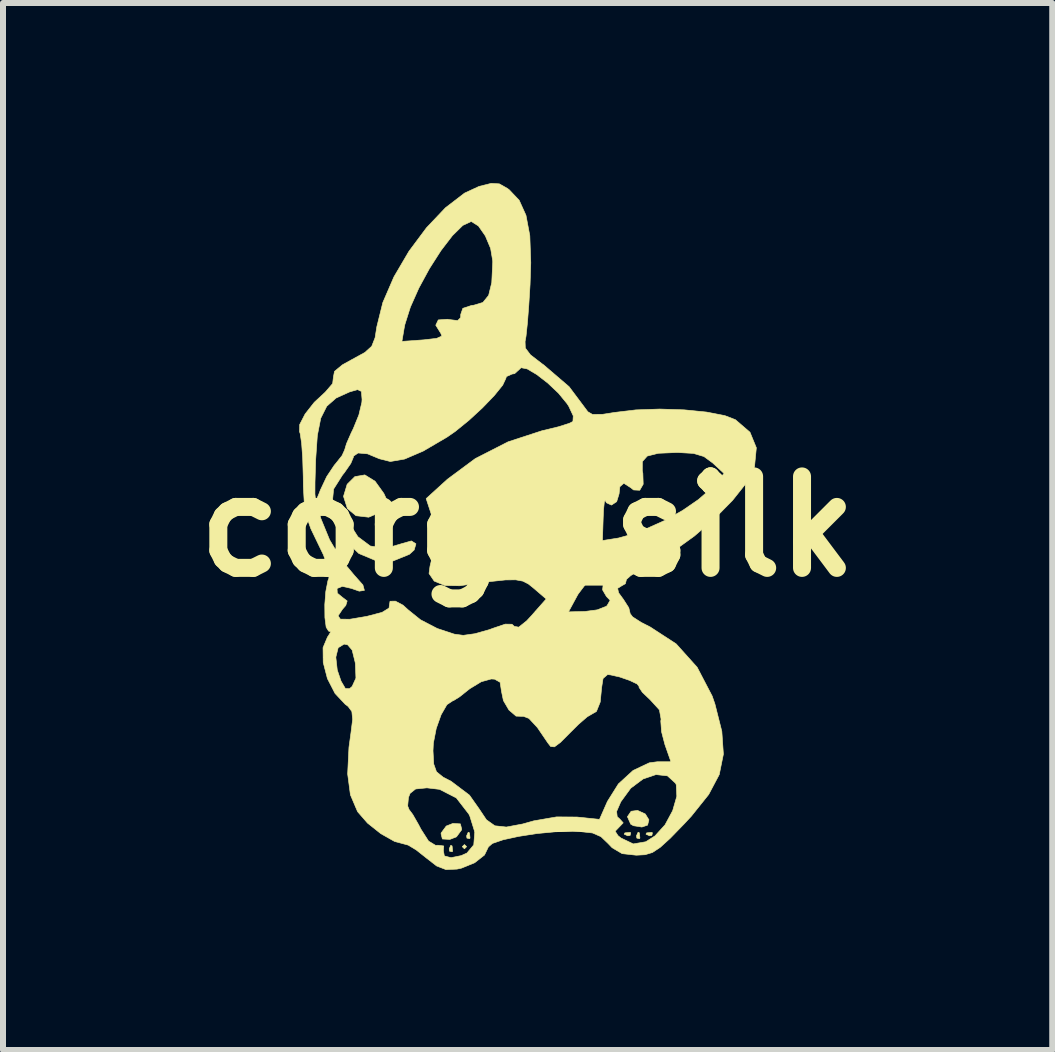
<source format=kicad_pcb>
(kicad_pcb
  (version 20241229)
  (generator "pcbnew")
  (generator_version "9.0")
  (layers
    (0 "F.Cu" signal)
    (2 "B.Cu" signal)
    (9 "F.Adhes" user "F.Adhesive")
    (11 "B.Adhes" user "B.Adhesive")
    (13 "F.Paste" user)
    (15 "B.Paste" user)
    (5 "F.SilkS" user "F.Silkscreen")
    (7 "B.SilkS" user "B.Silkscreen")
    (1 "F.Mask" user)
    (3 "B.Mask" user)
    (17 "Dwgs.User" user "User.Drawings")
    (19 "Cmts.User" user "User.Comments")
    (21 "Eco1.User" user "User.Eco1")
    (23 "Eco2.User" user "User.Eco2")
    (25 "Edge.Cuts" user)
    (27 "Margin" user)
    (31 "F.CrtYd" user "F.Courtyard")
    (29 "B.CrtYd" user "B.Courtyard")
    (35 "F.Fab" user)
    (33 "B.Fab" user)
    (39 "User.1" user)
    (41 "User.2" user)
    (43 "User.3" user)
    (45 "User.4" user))
  (footprint "corgi_silk"
    (layer "F.Cu")
    (at 5.74 5.722)
    (property "Reference" "corgi_silk" (at 0 0 0) (layer "F.SilkS") (effects (font (size 1.524 1.524) (thickness 0.3))))
    (attr through_hole)
    (fp_poly (pts (xy -1.016 5.334) (xy -1.052 5.37) (xy -1.089 5.334) (xy -1.052 5.298) (xy -1.016 5.334)) (stroke (width 0.01) (type solid)) (fill yes) (layer "F.SilkS"))
    (fp_poly (pts (xy -1.258 5.322) (xy -1.249 5.408) (xy -1.258 5.419) (xy -1.301 5.409) (xy -1.306 5.37) (xy -1.28 5.311) (xy -1.258 5.322)) (stroke (width 0.01) (type solid)) (fill yes) (layer "F.SilkS"))
    (fp_poly (pts (xy -0.968 5.104) (xy -0.959 5.19) (xy -0.968 5.201) (xy -1.011 5.191) (xy -1.016 5.153) (xy -0.989 5.093) (xy -0.968 5.104)) (stroke (width 0.01) (type solid)) (fill yes) (layer "F.SilkS"))
    (fp_poly (pts (xy 1.718 5.104) (xy 1.708 5.147) (xy 1.669 5.153) (xy 1.609 5.126) (xy 1.621 5.104) (xy 1.707 5.096) (xy 1.718 5.104)) (stroke (width 0.01) (type solid)) (fill yes) (layer "F.SilkS"))
    (fp_poly (pts (xy 1.863 5.104) (xy 1.871 5.19) (xy 1.863 5.201) (xy 1.82 5.191) (xy 1.814 5.153) (xy 1.841 5.093) (xy 1.863 5.104)) (stroke (width 0.01) (type solid)) (fill yes) (layer "F.SilkS"))
    (fp_poly (pts (xy 2.08 5.104) (xy 2.07 5.147) (xy 2.032 5.153) (xy 1.972 5.126) (xy 1.984 5.104) (xy 2.07 5.096) (xy 2.08 5.104)) (stroke (width 0.01) (type solid)) (fill yes) (layer "F.SilkS"))
    (fp_poly (pts (xy 1.961 4.789) (xy 2.021 4.887) (xy 1.999 4.975) (xy 1.904 5.007) (xy 1.764 4.985) (xy 1.718 4.959) (xy 1.663 4.835) (xy 1.725 4.744) (xy 1.832 4.73) (xy 1.961 4.789)) (stroke (width 0.01) (type solid)) (fill yes) (layer "F.SilkS"))
    (fp_poly (pts (xy -1.12 4.954) (xy -1.098 5.041) (xy -1.101 5.056) (xy -1.185 5.17) (xy -1.295 5.213) (xy -1.42 5.206) (xy -1.442 5.119) (xy -1.439 5.104) (xy -1.355 4.99) (xy -1.245 4.947) (xy -1.12 4.954)) (stroke (width 0.01) (type solid)) (fill yes) (layer "F.SilkS"))
    (fp_poly (pts (xy -2.541 -0.754) (xy -2.395 -0.551) (xy -2.328 -0.406) (xy -2.347 -0.319) (xy -2.427 -0.25) (xy -2.647 -0.155) (xy -2.859 -0.18) (xy -3.002 -0.299) (xy -3.067 -0.502) (xy -3.006 -0.704) (xy -2.878 -0.831) (xy -2.712 -0.86) (xy -2.541 -0.754)) (stroke (width 0.01) (type solid)) (fill yes) (layer "F.SilkS"))
    (fp_poly (pts (xy -0.471 -5.709) (xy -0.338 -5.634) (xy -0.307 -5.611) (xy -0.14 -5.435) (xy -0.027 -5.185) (xy 0.037 -4.845) (xy 0.053 -4.395) (xy 0.041 -4.028) (xy 0.02 -3.688) (xy -0.003 -3.39) (xy -0.026 -3.172) (xy -0.042 -3.081) (xy -0.038 -2.974) (xy 0.048 -2.86) (xy 0.24 -2.712) (xy 0.267 -2.693) (xy 0.691 -2.33) (xy 1.004 -1.912) (xy 1.08 -1.868) (xy 1.248 -1.869) (xy 1.452 -1.901) (xy 1.803 -1.943) (xy 2.201 -1.957) (xy 2.607 -1.944) (xy 2.981 -1.907) (xy 3.285 -1.848) (xy 3.462 -1.78) (xy 3.705 -1.571) (xy 3.811 -1.312) (xy 3.781 -1.001) (xy 3.77 -0.966) (xy 3.642 -0.722) (xy 3.415 -0.436) (xy 3.117 -0.133) (xy 2.777 0.16) (xy 2.422 0.416) (xy 2.124 0.588) (xy 1.887 0.713) (xy 1.718 0.818) (xy 1.644 0.884) (xy 1.644 0.894) (xy 1.629 0.953) (xy 1.571 0.986) (xy 1.5 1.03) (xy 1.516 1.104) (xy 1.596 1.213) (xy 1.686 1.354) (xy 1.708 1.446) (xy 1.707 1.449) (xy 1.749 1.505) (xy 1.89 1.596) (xy 2.043 1.674) (xy 2.475 1.955) (xy 2.825 2.345) (xy 3.075 2.824) (xy 3.121 2.957) (xy 3.236 3.413) (xy 3.262 3.793) (xy 3.193 4.133) (xy 3.017 4.465) (xy 2.728 4.826) (xy 2.613 4.95) (xy 2.378 5.192) (xy 2.21 5.345) (xy 2.08 5.431) (xy 1.957 5.468) (xy 1.812 5.476) (xy 1.81 5.476) (xy 1.575 5.45) (xy 1.409 5.352) (xy 1.341 5.281) (xy 1.222 5.167) (xy 1.082 5.106) (xy 0.87 5.082) (xy 0.75 5.078) (xy 0.461 5.086) (xy 0.149 5.116) (xy -0.151 5.163) (xy -0.408 5.219) (xy -0.586 5.28) (xy -0.653 5.338) (xy -0.653 5.338) (xy -0.718 5.473) (xy -0.882 5.602) (xy -1.103 5.692) (xy -1.177 5.708) (xy -1.36 5.716) (xy -1.515 5.656) (xy -1.686 5.523) (xy -1.855 5.389) (xy -1.989 5.308) (xy -2.026 5.298) (xy -2.216 5.247) (xy -2.446 5.117) (xy -2.667 4.941) (xy -2.829 4.755) (xy -2.834 4.747) (xy -2.873 4.656) (xy -1.998 4.656) (xy -1.975 4.715) (xy -1.913 4.798) (xy -1.818 4.964) (xy -1.776 5.044) (xy -1.65 5.241) (xy -1.533 5.312) (xy -1.494 5.31) (xy -1.397 5.322) (xy -1.403 5.401) (xy -1.387 5.489) (xy -1.275 5.517) (xy -1.106 5.483) (xy -1.011 5.44) (xy -0.897 5.304) (xy -0.88 5.089) (xy -0.884 5.077) (xy 1.459 5.077) (xy 1.507 5.151) (xy 1.556 5.19) (xy 1.761 5.288) (xy 1.969 5.252) (xy 2.123 5.154) (xy 2.29 4.97) (xy 2.417 4.734) (xy 2.486 4.495) (xy 2.477 4.304) (xy 2.466 4.278) (xy 2.33 4.154) (xy 2.139 4.133) (xy 1.924 4.206) (xy 1.718 4.36) (xy 1.553 4.586) (xy 1.483 4.747) (xy 1.493 4.835) (xy 1.535 4.872) (xy 1.593 4.937) (xy 1.524 5.009) (xy 1.459 5.077) (xy -0.884 5.077) (xy -0.962 4.826) (xy -0.979 4.791) (xy -1.187 4.522) (xy -1.467 4.379) (xy -1.677 4.354) (xy -1.866 4.373) (xy -1.958 4.446) (xy -1.985 4.515) (xy -1.998 4.656) (xy -2.873 4.656) (xy -2.952 4.47) (xy -2.998 4.122) (xy -2.979 3.737) (xy -1.576 3.737) (xy -1.564 3.957) (xy -1.518 4.086) (xy -1.407 4.176) (xy -1.274 4.245) (xy -0.969 4.475) (xy -0.811 4.699) (xy -0.686 4.886) (xy -0.545 4.986) (xy -0.355 5.007) (xy -0.082 4.956) (xy 0.102 4.904) (xy 0.482 4.838) (xy 0.822 4.84) (xy 1.198 4.879) (xy 1.33 4.58) (xy 1.513 4.288) (xy 1.758 4.064) (xy 2.027 3.937) (xy 2.163 3.919) (xy 2.388 3.919) (xy 2.288 3.634) (xy 2.232 3.42) (xy 2.219 3.241) (xy 2.224 3.21) (xy 2.196 3.055) (xy 2.042 2.886) (xy 1.912 2.762) (xy 1.856 2.678) (xy 1.858 2.665) (xy 1.824 2.623) (xy 1.7 2.564) (xy 1.535 2.507) (xy 1.381 2.472) (xy 1.332 2.467) (xy 1.257 2.532) (xy 1.234 2.679) (xy 1.21 2.924) (xy 1.147 3.081) (xy 1.078 3.121) (xy 0.995 3.169) (xy 0.849 3.295) (xy 0.714 3.429) (xy 0.547 3.597) (xy 0.447 3.671) (xy 0.384 3.665) (xy 0.336 3.603) (xy 0.164 3.35) (xy 0.022 3.197) (xy -0.076 3.16) (xy -0.083 3.163) (xy -0.192 3.159) (xy -0.311 3.057) (xy -0.403 2.9) (xy -0.435 2.746) (xy -0.458 2.595) (xy -0.55 2.543) (xy -0.606 2.54) (xy -0.772 2.586) (xy -0.96 2.7) (xy -0.987 2.721) (xy -1.134 2.838) (xy -1.234 2.9) (xy -1.246 2.903) (xy -1.344 2.968) (xy -1.441 3.136) (xy -1.522 3.364) (xy -1.57 3.61) (xy -1.576 3.737) (xy -2.979 3.737) (xy -2.976 3.678) (xy -2.943 3.439) (xy -2.915 3.214) (xy -2.928 3.082) (xy -2.991 2.997) (xy -3.037 2.963) (xy -3.208 2.781) (xy -3.335 2.534) (xy -3.405 2.265) (xy -3.406 2.177) (xy -3.195 2.177) (xy -3.171 2.392) (xy -3.108 2.576) (xy -3.036 2.699) (xy -2.967 2.702) (xy -2.923 2.664) (xy -2.86 2.526) (xy -2.869 2.29) (xy -2.873 2.262) (xy -2.923 2.059) (xy -2.998 1.971) (xy -3.057 1.959) (xy -3.156 2.02) (xy -3.195 2.177) (xy -3.406 2.177) (xy -3.408 2.018) (xy -3.332 1.837) (xy -3.324 1.829) (xy -3.279 1.754) (xy -3.316 1.742) (xy -3.356 1.677) (xy -3.377 1.516) (xy -3.379 1.302) (xy -3.362 1.083) (xy -3.327 0.904) (xy -3.31 0.86) (xy -3.314 0.717) (xy -3.401 0.473) (xy -3.494 0.28) (xy -3.611 0.037) (xy -3.683 -0.166) (xy -3.691 -0.213) (xy -3.467 -0.213) (xy -3.444 -0.132) (xy -3.299 0.221) (xy -3.098 0.56) (xy -2.883 0.817) (xy -2.744 0.973) (xy -2.719 1.064) (xy -2.805 1.077) (xy -2.936 1.031) (xy -3.087 0.997) (xy -3.175 1.033) (xy -3.17 1.11) (xy -3.089 1.177) (xy -3.006 1.24) (xy -3.029 1.315) (xy -3.084 1.378) (xy -3.157 1.488) (xy -3.12 1.543) (xy -2.963 1.545) (xy -2.679 1.497) (xy -2.424 1.43) (xy -2.309 1.359) (xy -2.304 1.324) (xy -2.292 1.245) (xy -2.203 1.243) (xy -2.076 1.31) (xy -1.989 1.389) (xy -1.784 1.554) (xy -1.505 1.699) (xy -1.221 1.793) (xy -1.072 1.813) (xy -0.878 1.786) (xy -0.64 1.719) (xy -0.575 1.695) (xy -0.371 1.626) (xy -0.26 1.628) (xy -0.222 1.663) (xy -0.148 1.677) (xy -0.014 1.57) (xy 0.071 1.478) (xy 0.12 1.422) (xy 0.681 1.422) (xy 0.957 1.415) (xy 1.162 1.388) (xy 1.309 1.33) (xy 1.324 1.318) (xy 1.375 1.229) (xy 1.313 1.165) (xy 1.249 1.055) (xy 1.257 0.987) (xy 1.254 0.896) (xy 1.141 0.871) (xy 0.989 0.932) (xy 0.844 1.123) (xy 0.83 1.147) (xy 0.681 1.422) (xy 0.12 1.422) (xy 0.31 1.207) (xy 0.105 1.031) (xy 0.013 0.957) (xy -0.079 0.91) (xy -0.198 0.888) (xy -0.37 0.89) (xy -0.623 0.917) (xy -0.983 0.966) (xy -1.131 0.987) (xy -1.377 0.983) (xy -1.556 0.909) (xy -1.642 0.783) (xy -1.626 0.662) (xy -1.546 0.33) (xy -1.55 0.234) (xy 1.247 0.234) (xy 1.513 0.192) (xy 1.708 0.138) (xy 1.977 0.037) (xy 2.265 -0.092) (xy 2.297 -0.107) (xy 2.583 -0.268) (xy 2.846 -0.449) (xy 3.035 -0.613) (xy 3.044 -0.624) (xy 3.273 -0.884) (xy 3.084 -1.059) (xy 2.938 -1.166) (xy 2.764 -1.218) (xy 2.506 -1.233) (xy 2.482 -1.233) (xy 2.177 -1.22) (xy 1.994 -1.174) (xy 1.912 -1.082) (xy 1.911 -0.931) (xy 1.92 -0.887) (xy 1.926 -0.705) (xy 1.868 -0.604) (xy 1.766 -0.609) (xy 1.721 -0.645) (xy 1.603 -0.721) (xy 1.537 -0.663) (xy 1.524 -0.544) (xy 1.484 -0.414) (xy 1.397 -0.357) (xy 1.313 -0.396) (xy 1.294 -0.435) (xy 1.279 -0.412) (xy 1.265 -0.276) (xy 1.259 -0.136) (xy 1.247 0.234) (xy -1.55 0.234) (xy -1.561 -0.036) (xy -1.6 -0.191) (xy -1.69 -0.465) (xy -1.335 -0.788) (xy -0.871 -1.132) (xy -0.325 -1.411) (xy 0.244 -1.597) (xy 0.286 -1.606) (xy 0.519 -1.663) (xy 0.694 -1.719) (xy 0.755 -1.75) (xy 0.761 -1.843) (xy 0.686 -2.003) (xy 0.656 -2.049) (xy 0.514 -2.222) (xy 0.335 -2.391) (xy 0.151 -2.533) (xy -0.007 -2.626) (xy -0.109 -2.646) (xy -0.128 -2.627) (xy -0.216 -2.547) (xy -0.26 -2.54) (xy -0.353 -2.498) (xy -0.363 -2.466) (xy -0.415 -2.355) (xy -0.554 -2.183) (xy -0.751 -1.978) (xy -0.978 -1.769) (xy -1.207 -1.583) (xy -1.343 -1.489) (xy -1.739 -1.257) (xy -2.049 -1.124) (xy -2.287 -1.083) (xy -2.47 -1.129) (xy -2.667 -1.211) (xy -2.824 -1.225) (xy -2.901 -1.172) (xy -2.903 -1.153) (xy -2.946 -1.05) (xy -3.054 -0.895) (xy -3.084 -0.858) (xy -3.232 -0.624) (xy -3.25 -0.435) (xy -3.136 -0.299) (xy -3.121 -0.29) (xy -3.005 -0.19) (xy -2.975 -0.116) (xy -2.933 0.004) (xy -2.832 0.163) (xy -2.825 0.172) (xy -2.62 0.325) (xy -2.359 0.363) (xy -2.092 0.284) (xy -1.936 0.24) (xy -1.86 0.288) (xy -1.89 0.391) (xy -1.969 0.463) (xy -2.242 0.574) (xy -2.536 0.565) (xy -2.812 0.449) (xy -3.032 0.238) (xy -3.113 0.091) (xy -3.224 -0.09) (xy -3.347 -0.206) (xy -3.453 -0.261) (xy -3.467 -0.213) (xy -3.691 -0.213) (xy -3.72 -0.384) (xy -3.729 -0.541) (xy -3.543 -0.541) (xy -3.534 -0.454) (xy -3.51 -0.465) (xy -3.471 -0.558) (xy -3.453 -0.606) (xy -3.347 -0.831) (xy -3.219 -1.023) (xy -3.199 -1.046) (xy -3.091 -1.182) (xy -3.048 -1.277) (xy -3.017 -1.381) (xy -2.94 -1.557) (xy -2.903 -1.633) (xy -2.811 -1.859) (xy -2.761 -2.07) (xy -2.758 -2.116) (xy -2.769 -2.251) (xy -2.833 -2.281) (xy -2.967 -2.242) (xy -3.19 -2.141) (xy -3.346 -2.004) (xy -3.446 -1.805) (xy -3.503 -1.516) (xy -3.531 -1.112) (xy -3.532 -1.071) (xy -3.542 -0.741) (xy -3.543 -0.541) (xy -3.729 -0.541) (xy -3.736 -0.67) (xy -3.738 -0.837) (xy -3.747 -1.138) (xy -3.765 -1.389) (xy -3.789 -1.549) (xy -3.8 -1.581) (xy -3.797 -1.699) (xy -3.707 -1.874) (xy -3.554 -2.069) (xy -3.371 -2.239) (xy -3.248 -2.382) (xy -3.235 -2.492) (xy -3.217 -2.585) (xy -3.085 -2.694) (xy -2.919 -2.786) (xy -2.711 -2.9) (xy -2.597 -3.003) (xy -2.565 -3.084) (xy -2.094 -3.084) (xy -1.729 -3.11) (xy -1.514 -3.135) (xy -1.429 -3.173) (xy -1.444 -3.215) (xy -1.53 -3.354) (xy -1.488 -3.442) (xy -1.334 -3.453) (xy -1.314 -3.449) (xy -1.165 -3.431) (xy -1.115 -3.481) (xy -1.114 -3.534) (xy -1.079 -3.635) (xy -0.934 -3.683) (xy -0.897 -3.687) (xy -0.745 -3.733) (xy -0.649 -3.851) (xy -0.597 -4.064) (xy -0.581 -4.396) (xy -0.581 -4.426) (xy -0.616 -4.633) (xy -0.704 -4.842) (xy -0.819 -5.007) (xy -0.935 -5.08) (xy -0.943 -5.08) (xy -1.079 -5.017) (xy -1.252 -4.847) (xy -1.443 -4.598) (xy -1.635 -4.298) (xy -1.811 -3.974) (xy -1.953 -3.655) (xy -2.044 -3.368) (xy -2.057 -3.302) (xy -2.094 -3.084) (xy -2.565 -3.084) (xy -2.541 -3.145) (xy -2.512 -3.328) (xy -2.412 -3.731) (xy -2.227 -4.159) (xy -1.977 -4.585) (xy -1.684 -4.978) (xy -1.368 -5.311) (xy -1.05 -5.555) (xy -0.81 -5.666) (xy -0.606 -5.717) (xy -0.471 -5.709)) (stroke (width 0.01) (type solid)) (fill yes) (layer "F.SilkS")))
  (gr_rect
    (start -3 -3)
    (end 14.481 14.443)
    (stroke (width 0.1) (type default))
    (fill no)
    (layer "Edge.Cuts")))
</source>
